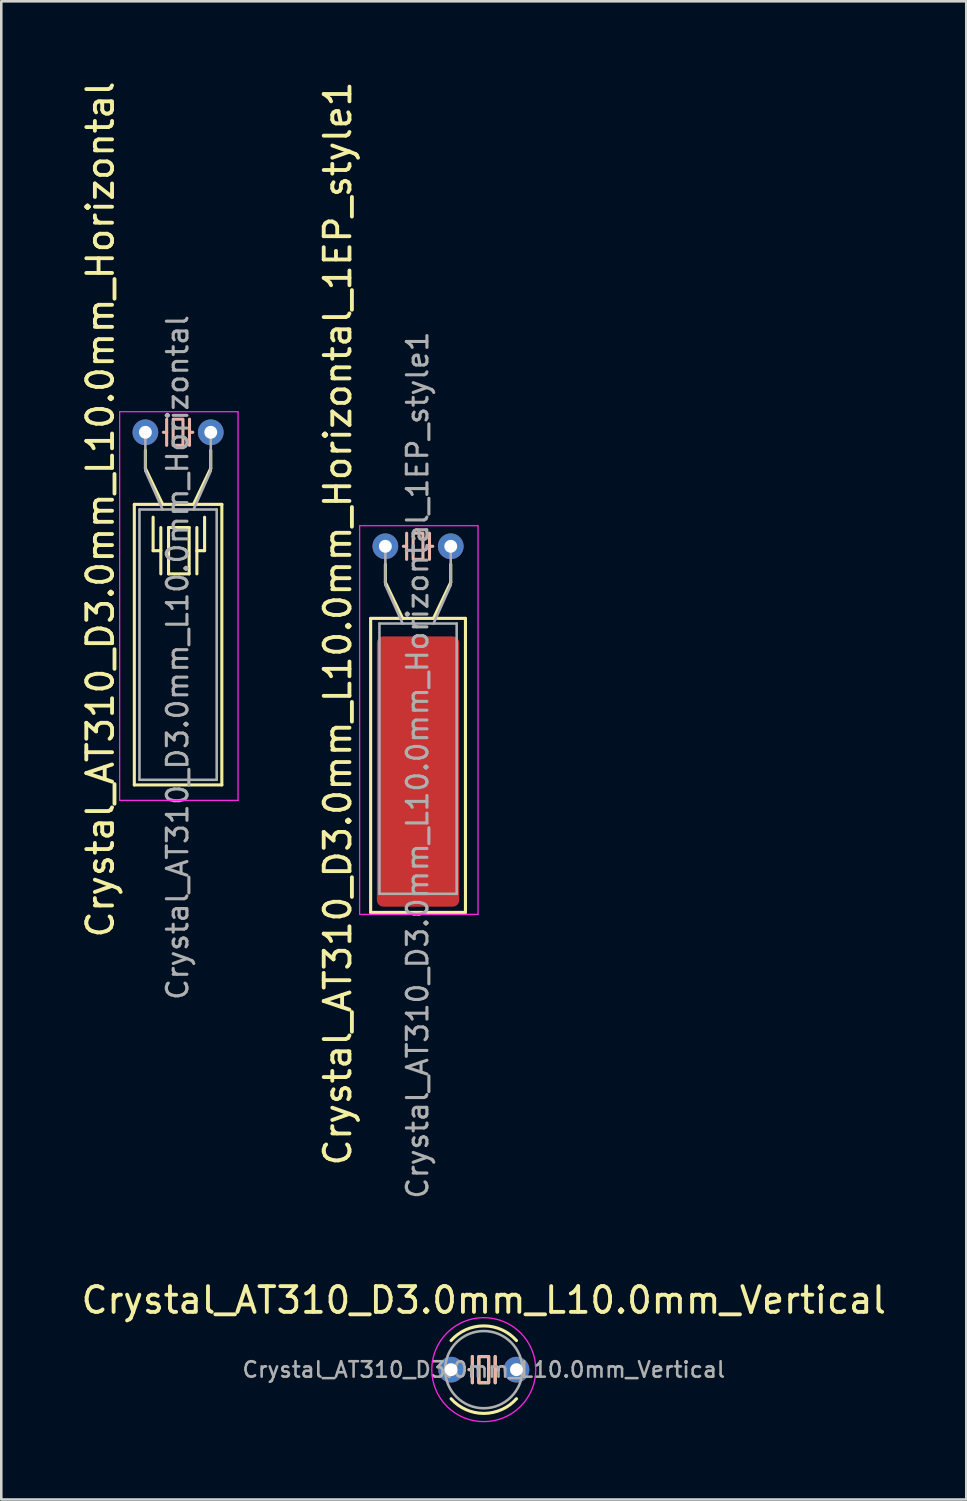
<source format=kicad_pcb>
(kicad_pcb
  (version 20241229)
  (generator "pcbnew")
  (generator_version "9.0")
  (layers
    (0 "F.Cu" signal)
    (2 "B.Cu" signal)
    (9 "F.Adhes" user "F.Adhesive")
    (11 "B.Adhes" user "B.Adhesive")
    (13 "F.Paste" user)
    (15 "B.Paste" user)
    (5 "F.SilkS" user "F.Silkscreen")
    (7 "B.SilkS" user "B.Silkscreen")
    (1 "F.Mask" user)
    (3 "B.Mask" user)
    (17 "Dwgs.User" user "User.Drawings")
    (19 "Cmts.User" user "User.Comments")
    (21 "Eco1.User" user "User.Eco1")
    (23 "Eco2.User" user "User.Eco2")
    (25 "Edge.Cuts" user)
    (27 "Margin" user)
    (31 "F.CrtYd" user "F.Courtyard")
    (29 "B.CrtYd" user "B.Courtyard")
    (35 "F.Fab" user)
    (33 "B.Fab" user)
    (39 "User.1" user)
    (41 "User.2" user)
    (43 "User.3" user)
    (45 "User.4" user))
  (footprint "Crystal_AT310_D3.0mm_L10.0mm_Horizontal"
    (layer "F.Cu")
    (at 2.598 13.744)
    (property "Reference" "Crystal_AT310_D3.0mm_L10.0mm_Horizontal" (at -1.75 3 90) (layer "F.SilkS") (effects (font (size 1 1) (thickness 0.15))))
    (attr through_hole)
    (fp_line (start -0.43 2.8) (end -0.43 13.7) (stroke (width 0.12) (type solid)) (layer "F.SilkS"))
    (fp_line (start -0.43 13.7) (end 2.97 13.7) (stroke (width 0.12) (type solid)) (layer "F.SilkS"))
    (fp_line (start 0 1.4) (end 0 0.7) (stroke (width 0.12) (type solid)) (layer "F.SilkS"))
    (fp_line (start 0.3 4.6) (end 0.3 3.3) (stroke (width 0.12) (type solid)) (layer "F.SilkS"))
    (fp_line (start 0.6 4.6) (end 0.3 4.6) (stroke (width 0.12) (type solid)) (layer "F.SilkS"))
    (fp_line (start 0.6 5.5) (end 0.6 3.7) (stroke (width 0.12) (type solid)) (layer "F.SilkS"))
    (fp_line (start 0.67 2.8) (end 0 1.4) (stroke (width 0.12) (type solid)) (layer "F.SilkS"))
    (fp_line (start 0.9 3.7) (end 1.7 3.7) (stroke (width 0.12) (type solid)) (layer "F.SilkS"))
    (fp_line (start 0.9 5.5) (end 0.9 3.7) (stroke (width 0.12) (type solid)) (layer "F.SilkS"))
    (fp_line (start 1.7 3.7) (end 1.7 5.5) (stroke (width 0.12) (type solid)) (layer "F.SilkS"))
    (fp_line (start 1.7 5.5) (end 0.9 5.5) (stroke (width 0.12) (type solid)) (layer "F.SilkS"))
    (fp_line (start 1.87 2.8) (end 2.54 1.4) (stroke (width 0.12) (type solid)) (layer "F.SilkS"))
    (fp_line (start 2 3.7) (end 2 5.5) (stroke (width 0.12) (type solid)) (layer "F.SilkS"))
    (fp_line (start 2 4.6) (end 2.3 4.6) (stroke (width 0.12) (type solid)) (layer "F.SilkS"))
    (fp_line (start 2.3 4.6) (end 2.3 3.3) (stroke (width 0.12) (type solid)) (layer "F.SilkS"))
    (fp_line (start 2.54 1.4) (end 2.54 0.7) (stroke (width 0.12) (type solid)) (layer "F.SilkS"))
    (fp_line (start 2.97 2.8) (end -0.43 2.8) (stroke (width 0.12) (type solid)) (layer "F.SilkS"))
    (fp_line (start 2.97 13.7) (end 2.97 2.8) (stroke (width 0.12) (type solid)) (layer "F.SilkS"))
    (fp_line (start 0.826 -0.508) (end 0.826 0.508) (stroke (width 0.12) (type solid)) (layer "B.SilkS"))
    (fp_line (start 0.826 0) (end 0.699 0) (stroke (width 0.12) (type solid)) (layer "B.SilkS"))
    (fp_line (start 1.714 -0.508) (end 1.714 0.508) (stroke (width 0.12) (type solid)) (layer "B.SilkS"))
    (fp_line (start 1.841 0) (end 1.778 0) (stroke (width 0.12) (type solid)) (layer "B.SilkS"))
    (fp_rect (start 1.079 -0.508) (end 1.46 0.508) (stroke (width 0.12) (type solid)) (fill no) (layer "B.SilkS"))
    (fp_line (start -1 -0.8) (end -1 14.3) (stroke (width 0.05) (type solid)) (layer "F.CrtYd"))
    (fp_line (start -1 14.3) (end 3.6 14.3) (stroke (width 0.05) (type solid)) (layer "F.CrtYd"))
    (fp_line (start 3.6 -0.8) (end -1 -0.8) (stroke (width 0.05) (type solid)) (layer "F.CrtYd"))
    (fp_line (start 3.6 14.3) (end 3.6 -0.8) (stroke (width 0.05) (type solid)) (layer "F.CrtYd"))
    (fp_line (start -0.23 3) (end -0.23 13.5) (stroke (width 0.1) (type solid)) (layer "F.Fab"))
    (fp_line (start -0.23 13.5) (end 2.77 13.5) (stroke (width 0.1) (type solid)) (layer "F.Fab"))
    (fp_line (start 0 1.5) (end 0 0) (stroke (width 0.1) (type solid)) (layer "F.Fab"))
    (fp_line (start 0.67 3) (end 0 1.5) (stroke (width 0.1) (type solid)) (layer "F.Fab"))
    (fp_line (start 1.87 3) (end 2.54 1.5) (stroke (width 0.1) (type solid)) (layer "F.Fab"))
    (fp_line (start 2.54 1.5) (end 2.54 0) (stroke (width 0.1) (type solid)) (layer "F.Fab"))
    (fp_line (start 2.77 3) (end -0.23 3) (stroke (width 0.1) (type solid)) (layer "F.Fab"))
    (fp_line (start 2.77 13.5) (end 2.77 3) (stroke (width 0.1) (type solid)) (layer "F.Fab"))
    (fp_text user "${REFERENCE}" (at 1.25 8.75 90) (layer "F.Fab") (effects (font (size 0.8 0.8) (thickness 0.12))))
    (pad "1" thru_hole circle (at 0 0) (size 1 1) (drill 0.5) (layers "*.Cu" "*.Mask"))
    (pad "2" thru_hole circle (at 2.54 0) (size 1 1) (drill 0.5) (layers "*.Cu" "*.Mask")))
  (footprint "Crystal_AT310_D3.0mm_L10.0mm_Vertical"
    (layer "F.Cu")
    (at 14.474 50.159)
    (property "Reference" "Crystal_AT310_D3.0mm_L10.0mm_Vertical" (at 1.27 -2.7 0) (layer "F.SilkS") (effects (font (size 1 1) (thickness 0.15))))
    (attr through_hole)
    (fp_line (start 0.826 0) (end 0.699 0) (stroke (width 0.12) (type solid)) (layer "F.SilkS"))
    (fp_line (start 0.826 0.508) (end 0.826 -0.508) (stroke (width 0.12) (type solid)) (layer "F.SilkS"))
    (fp_line (start 1.714 0.508) (end 1.714 -0.508) (stroke (width 0.12) (type solid)) (layer "F.SilkS"))
    (fp_line (start 1.841 0) (end 1.778 0) (stroke (width 0.12) (type solid)) (layer "F.SilkS"))
    (fp_rect (start 1.079 0.508) (end 1.46 -0.508) (stroke (width 0.12) (type solid)) (fill no) (layer "F.SilkS"))
    (fp_arc (start 0 -1.130088) (mid 1.270408 -1.7) (end 2.540542 -1.129479) (stroke (width 0.12) (type solid)) (layer "F.SilkS"))
    (fp_arc (start 2.540542 1.129479) (mid 1.270408 1.7) (end 0 1.130088) (stroke (width 0.12) (type solid)) (layer "F.SilkS"))
    (fp_line (start 0.826 -0.508) (end 0.826 0.508) (stroke (width 0.12) (type solid)) (layer "B.SilkS"))
    (fp_line (start 0.826 0) (end 0.699 0) (stroke (width 0.12) (type solid)) (layer "B.SilkS"))
    (fp_line (start 1.714 -0.508) (end 1.714 0.508) (stroke (width 0.12) (type solid)) (layer "B.SilkS"))
    (fp_line (start 1.841 0) (end 1.778 0) (stroke (width 0.12) (type solid)) (layer "B.SilkS"))
    (fp_rect (start 1.079 -0.508) (end 1.46 0.508) (stroke (width 0.12) (type solid)) (fill no) (layer "B.SilkS"))
    (fp_circle (center 1.27 0) (end 3.29 0) (stroke (width 0.05) (type solid)) (fill no) (layer "F.CrtYd"))
    (fp_circle (center 1.27 0) (end 2.77 0) (stroke (width 0.1) (type solid)) (fill no) (layer "F.Fab"))
    (fp_text user "${REFERENCE}" (at 1.27 0 0) (layer "F.Fab") (effects (font (size 0.6 0.6) (thickness 0.1))))
    (pad "1" thru_hole circle (at 0 0) (size 1 1) (drill 0.5) (layers "*.Cu" "*.Mask"))
    (pad "2" thru_hole circle (at 2.54 0) (size 1 1) (drill 0.5) (layers "*.Cu" "*.Mask")))
  (footprint "Crystal_AT310_D3.0mm_L10.0mm_Horizontal_1EP_style1"
    (layer "F.Cu")
    (at 11.921 18.173)
    (property "Reference" "Crystal_AT310_D3.0mm_L10.0mm_Horizontal_1EP_style1" (at -1.85 3 90) (layer "F.SilkS") (effects (font (size 1 1) (thickness 0.15))))
    (attr through_hole)
    (fp_line (start -0.572 2.8) (end 3.111 2.8) (stroke (width 0.12) (type solid)) (layer "F.SilkS"))
    (fp_line (start -0.572 14.224) (end -0.572 2.8) (stroke (width 0.12) (type solid)) (layer "F.SilkS"))
    (fp_line (start -0.572 14.224) (end 3.111 14.224) (stroke (width 0.12) (type solid)) (layer "F.SilkS"))
    (fp_line (start 0 1.4) (end 0 0.7) (stroke (width 0.12) (type solid)) (layer "F.SilkS"))
    (fp_line (start 0.67 2.8) (end 0 1.4) (stroke (width 0.12) (type solid)) (layer "F.SilkS"))
    (fp_line (start 1.87 2.8) (end 2.54 1.4) (stroke (width 0.12) (type solid)) (layer "F.SilkS"))
    (fp_line (start 2.54 1.4) (end 2.54 0.7) (stroke (width 0.12) (type solid)) (layer "F.SilkS"))
    (fp_line (start 3.111 2.8) (end 3.111 14.224) (stroke (width 0.12) (type solid)) (layer "F.SilkS"))
    (fp_line (start 0.826 -0.508) (end 0.826 0.508) (stroke (width 0.12) (type solid)) (layer "B.SilkS"))
    (fp_line (start 0.826 0) (end 0.699 0) (stroke (width 0.12) (type solid)) (layer "B.SilkS"))
    (fp_line (start 1.714 -0.508) (end 1.714 0.508) (stroke (width 0.12) (type solid)) (layer "B.SilkS"))
    (fp_line (start 1.841 0) (end 1.778 0) (stroke (width 0.12) (type solid)) (layer "B.SilkS"))
    (fp_rect (start 1.079 -0.508) (end 1.46 0.508) (stroke (width 0.12) (type solid)) (fill no) (layer "B.SilkS"))
    (fp_line (start -1 -0.8) (end -1 14.3) (stroke (width 0.05) (type solid)) (layer "F.CrtYd"))
    (fp_line (start -1 14.3) (end 3.6 14.3) (stroke (width 0.05) (type solid)) (layer "F.CrtYd"))
    (fp_line (start 3.6 -0.8) (end -1 -0.8) (stroke (width 0.05) (type solid)) (layer "F.CrtYd"))
    (fp_line (start 3.6 14.3) (end 3.6 -0.8) (stroke (width 0.05) (type solid)) (layer "F.CrtYd"))
    (fp_line (start -0.23 3) (end -0.23 13.5) (stroke (width 0.1) (type solid)) (layer "F.Fab"))
    (fp_line (start -0.23 13.5) (end 2.77 13.5) (stroke (width 0.1) (type solid)) (layer "F.Fab"))
    (fp_line (start 0 1.5) (end 0 0) (stroke (width 0.1) (type solid)) (layer "F.Fab"))
    (fp_line (start 0.67 3) (end 0 1.5) (stroke (width 0.1) (type solid)) (layer "F.Fab"))
    (fp_line (start 1.87 3) (end 2.54 1.5) (stroke (width 0.1) (type solid)) (layer "F.Fab"))
    (fp_line (start 2.54 1.5) (end 2.54 0) (stroke (width 0.1) (type solid)) (layer "F.Fab"))
    (fp_line (start 2.77 3) (end -0.23 3) (stroke (width 0.1) (type solid)) (layer "F.Fab"))
    (fp_line (start 2.77 13.5) (end 2.77 3) (stroke (width 0.1) (type solid)) (layer "F.Fab"))
    (fp_text user "${REFERENCE}" (at 1.25 8.5 90) (layer "F.Fab") (effects (font (size 0.8 0.8) (thickness 0.12))))
    (pad "1" thru_hole circle (at 0 0) (size 1 1) (drill 0.5) (layers "*.Cu" "*.Mask"))
    (pad "2" thru_hole circle (at 2.54 0) (size 1 1) (drill 0.5) (layers "*.Cu" "*.Mask"))
    (pad "3" smd roundrect (at 1.27 8.75) (size 3.2 10.5) (layers "F.Cu" "F.Mask" "F.Paste") (roundrect_rratio 0.078)))
  (gr_rect
    (start -3 -3)
    (end 34.488 55.204)
    (stroke (width 0.1) (type default))
    (fill no)
    (layer "Edge.Cuts")))
</source>
